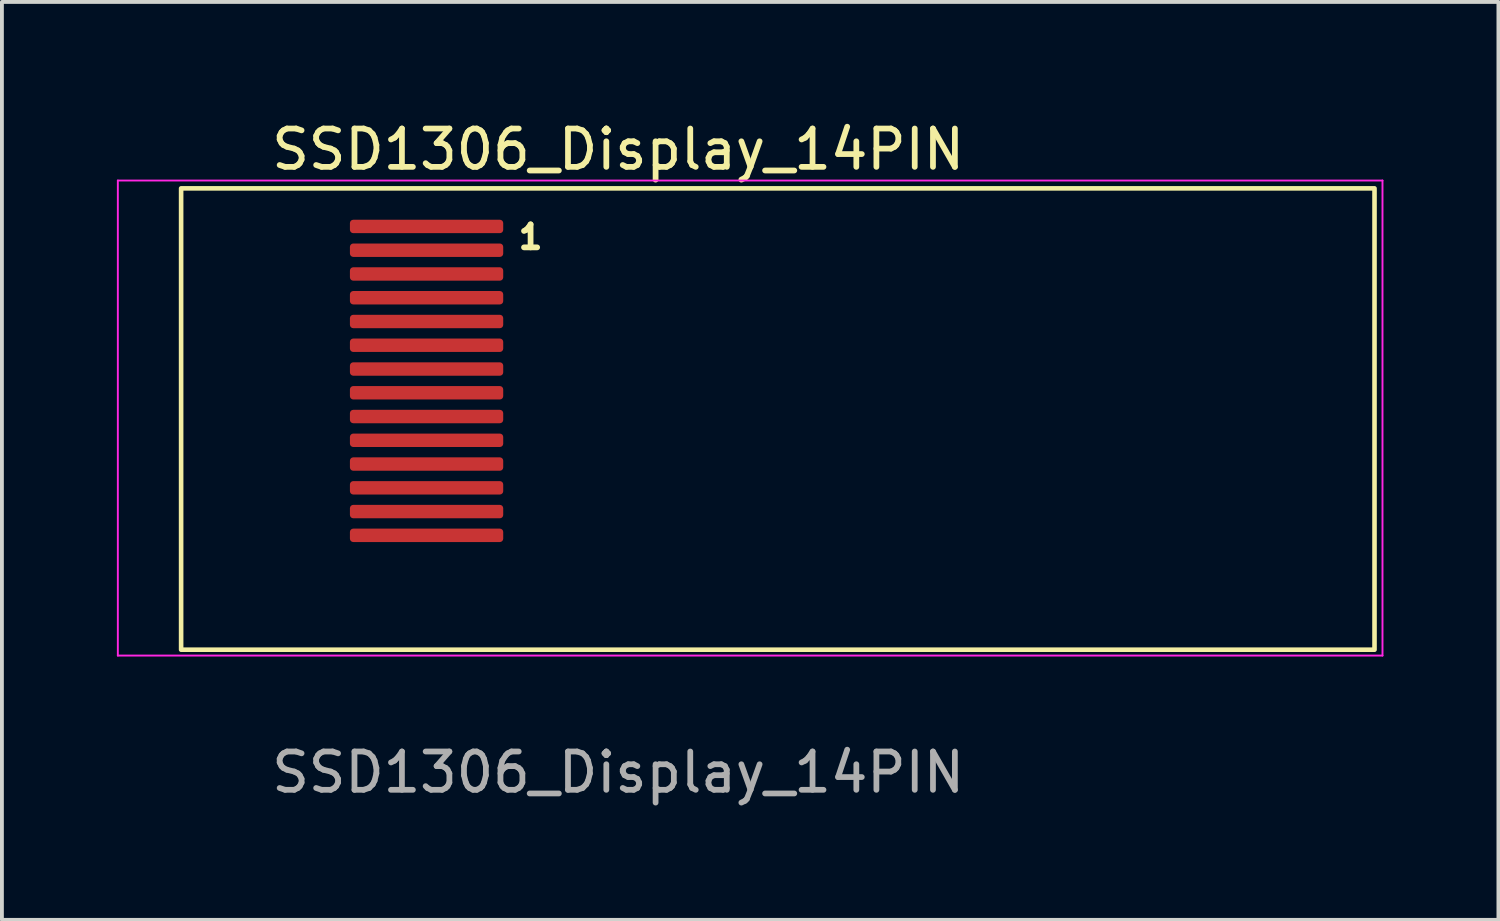
<source format=kicad_pcb>
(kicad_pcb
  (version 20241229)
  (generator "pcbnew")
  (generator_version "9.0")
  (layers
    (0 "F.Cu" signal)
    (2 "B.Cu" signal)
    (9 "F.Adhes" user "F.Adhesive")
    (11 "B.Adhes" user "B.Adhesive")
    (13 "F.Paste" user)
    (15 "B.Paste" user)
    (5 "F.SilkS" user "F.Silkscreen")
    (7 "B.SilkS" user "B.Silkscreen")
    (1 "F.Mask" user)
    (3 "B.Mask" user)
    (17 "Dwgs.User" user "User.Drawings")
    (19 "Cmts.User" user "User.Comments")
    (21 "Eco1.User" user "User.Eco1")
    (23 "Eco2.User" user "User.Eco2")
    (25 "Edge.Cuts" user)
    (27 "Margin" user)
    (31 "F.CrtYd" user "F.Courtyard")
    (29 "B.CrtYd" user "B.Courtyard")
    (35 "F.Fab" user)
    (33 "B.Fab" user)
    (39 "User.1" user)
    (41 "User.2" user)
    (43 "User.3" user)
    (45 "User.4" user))
  (footprint "SSD1306_Display_14PIN"
    (layer "F.Cu")
    (at 13.081 7.859)
    (property "Reference" "SSD1306_Display_14PIN" (at 0 -7.01 0) (unlocked yes) (layer "F.SilkS") (effects (font (size 1 1) (thickness 0.15))))
    (attr smd)
    (fp_rect (start -11.405 -5.994) (end 19.736 6.045) (stroke (width 0.12) (type solid)) (fill no) (layer "F.SilkS"))
    (fp_line (start -13.056 -6.198) (end -13.056 6.198) (stroke (width 0.05) (type solid)) (layer "F.CrtYd"))
    (fp_line (start 19.944 -6.198) (end -13.056 -6.198) (stroke (width 0.05) (type solid)) (layer "F.CrtYd"))
    (fp_line (start 19.944 -6.198) (end 19.944 6.198) (stroke (width 0.05) (type solid)) (layer "F.CrtYd"))
    (fp_line (start 19.944 6.198) (end -13.056 6.198) (stroke (width 0.05) (type solid)) (layer "F.CrtYd"))
    (fp_text user "1" (at -2.286 -4.724 0) (unlocked yes) (layer "F.SilkS") (effects (font (size 0.6 0.6) (thickness 0.15))))
    (fp_text user "${REFERENCE}" (at 0 9.246 0) (unlocked yes) (layer "F.Fab") (effects (font (size 1 1) (thickness 0.15))))
    (pad "1" smd roundrect (at -5 -5) (size 4 0.35) (layers "F.Cu" "F.Mask" "F.Paste") (roundrect_rratio 0.25))
    (pad "2" smd roundrect (at -5 -4.38) (size 4 0.35) (layers "F.Cu" "F.Mask" "F.Paste") (roundrect_rratio 0.25))
    (pad "3" smd roundrect (at -5 -3.76) (size 4 0.35) (layers "F.Cu" "F.Mask" "F.Paste") (roundrect_rratio 0.25))
    (pad "4" smd roundrect (at -5 -3.14) (size 4 0.35) (layers "F.Cu" "F.Mask" "F.Paste") (roundrect_rratio 0.25))
    (pad "5" smd roundrect (at -5 -2.52) (size 4 0.35) (layers "F.Cu" "F.Mask" "F.Paste") (roundrect_rratio 0.25))
    (pad "6" smd roundrect (at -5 -1.9) (size 4 0.35) (layers "F.Cu" "F.Mask" "F.Paste") (roundrect_rratio 0.25))
    (pad "7" smd roundrect (at -5 -1.28) (size 4 0.35) (layers "F.Cu" "F.Mask" "F.Paste") (roundrect_rratio 0.25))
    (pad "8" smd roundrect (at -5 -0.66) (size 4 0.35) (layers "F.Cu" "F.Mask" "F.Paste") (roundrect_rratio 0.25))
    (pad "9" smd roundrect (at -5 -0.04) (size 4 0.35) (layers "F.Cu" "F.Mask" "F.Paste") (roundrect_rratio 0.25))
    (pad "10" smd roundrect (at -5 0.58) (size 4 0.35) (layers "F.Cu" "F.Mask" "F.Paste") (roundrect_rratio 0.25))
    (pad "11" smd roundrect (at -5 1.2) (size 4 0.35) (layers "F.Cu" "F.Mask" "F.Paste") (roundrect_rratio 0.25))
    (pad "12" smd roundrect (at -5 1.82) (size 4 0.35) (layers "F.Cu" "F.Mask" "F.Paste") (roundrect_rratio 0.25))
    (pad "13" smd roundrect (at -5 2.44) (size 4 0.35) (layers "F.Cu" "F.Mask" "F.Paste") (roundrect_rratio 0.25))
    (pad "14" smd roundrect (at -5 3.06) (size 4 0.35) (layers "F.Cu" "F.Mask" "F.Paste") (roundrect_rratio 0.25)))
  (gr_rect
    (start -3 -3)
    (end 36.05 20.953)
    (stroke (width 0.1) (type default))
    (fill no)
    (layer "Edge.Cuts")))
</source>
